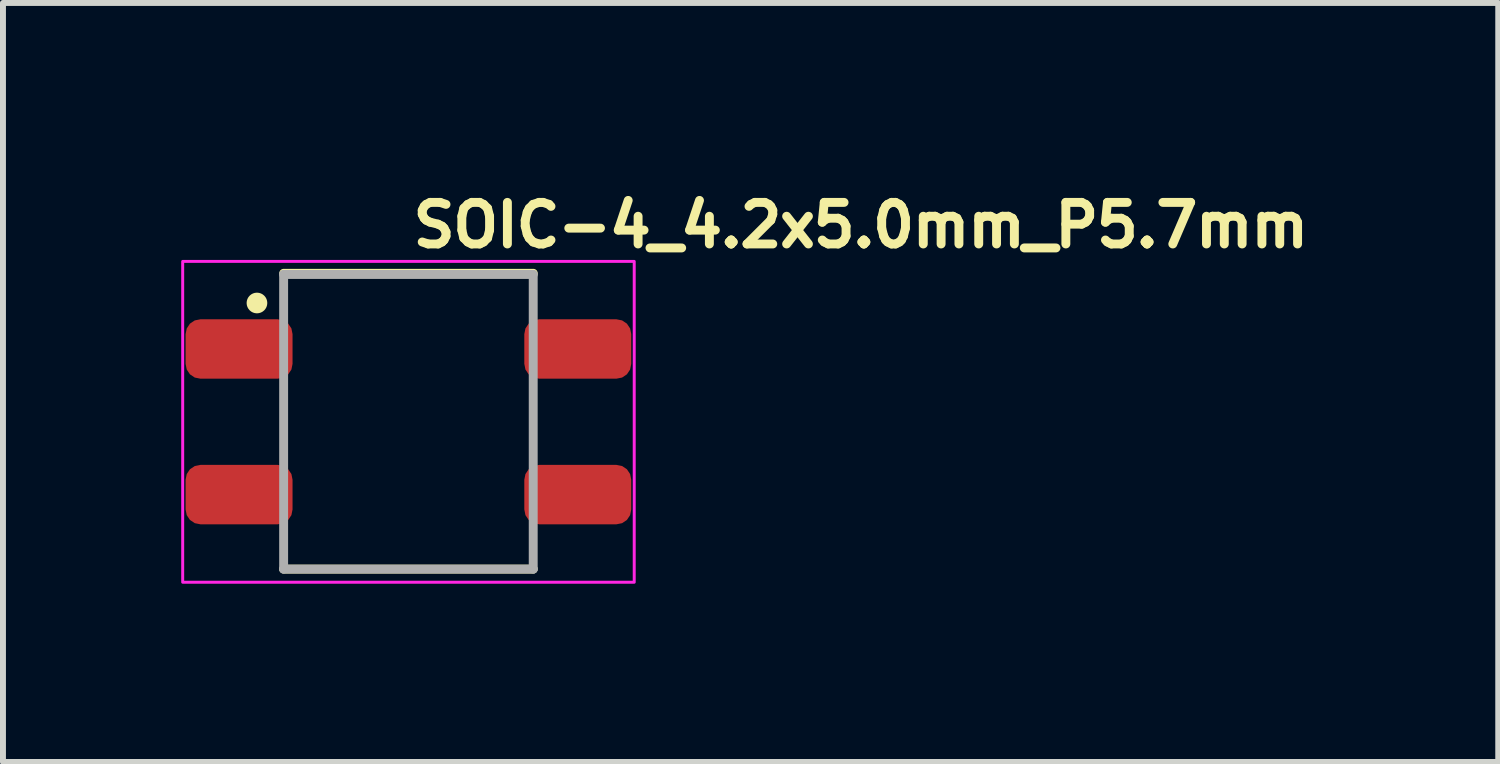
<source format=kicad_pcb>
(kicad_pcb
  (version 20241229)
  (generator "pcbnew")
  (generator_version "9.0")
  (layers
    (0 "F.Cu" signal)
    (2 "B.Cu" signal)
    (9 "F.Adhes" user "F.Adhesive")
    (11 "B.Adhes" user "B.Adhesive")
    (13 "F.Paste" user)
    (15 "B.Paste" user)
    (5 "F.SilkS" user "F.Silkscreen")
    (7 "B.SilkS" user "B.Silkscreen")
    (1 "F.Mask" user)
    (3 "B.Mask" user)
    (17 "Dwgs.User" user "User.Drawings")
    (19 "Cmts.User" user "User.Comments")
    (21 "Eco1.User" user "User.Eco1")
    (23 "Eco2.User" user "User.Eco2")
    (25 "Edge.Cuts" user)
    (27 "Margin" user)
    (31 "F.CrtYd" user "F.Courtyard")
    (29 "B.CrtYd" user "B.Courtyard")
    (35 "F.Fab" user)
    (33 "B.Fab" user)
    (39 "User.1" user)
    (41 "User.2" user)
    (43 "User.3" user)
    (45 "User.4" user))
  (footprint "SOIC-4_4.2x5.0mm_P5.7mm"
    (layer "F.Cu")
    (at 3.825 4.05)
    (property "Reference" "SOIC-4_4.2x5.0mm_P5.7mm" (at 0 -2.9 0) (layer "F.SilkS") (effects (font (size 0.7 0.7) (thickness 0.15)) (justify left bottom)))
    (attr smd)
    (fp_line (start -2.101 2.479) (end 2.1 2.479) (stroke (width 0.15) (type solid)) (layer "F.SilkS"))
    (fp_line (start -2.1 -2.5) (end 2.101 -2.5) (stroke (width 0.15) (type solid)) (layer "F.SilkS"))
    (fp_circle (center -2.55 -2) (end -2.451 -2) (stroke (width 0.15) (type solid)) (fill yes) (layer "F.SilkS"))
    (fp_rect (start -3.8 -2.7) (end 3.8 2.7) (stroke (width 0.05) (type solid)) (fill no) (layer "F.CrtYd"))
    (fp_line (start -2.101 -2.48) (end 2.1 -2.48) (stroke (width 0.15) (type solid)) (layer "F.Fab"))
    (fp_line (start -2.101 2.479) (end -2.101 -2.48) (stroke (width 0.15) (type solid)) (layer "F.Fab"))
    (fp_line (start 2.1 -2.48) (end 2.1 2.479) (stroke (width 0.15) (type solid)) (layer "F.Fab"))
    (fp_line (start 2.1 2.479) (end -2.101 2.479) (stroke (width 0.15) (type solid)) (layer "F.Fab"))
    (fp_rect (start -3.351 -2.363) (end 3.35 2.362) (stroke (width 0.1) (type solid)) (fill no) (layer "User.5"))
    (fp_line (start -3.351 -1.543) (end -3.351 -0.909) (stroke (width 0.02) (type solid)) (layer "User.9"))
    (fp_line (start -3.351 1.542) (end -3.351 0.907) (stroke (width 0.02) (type solid)) (layer "User.9"))
    (fp_line (start -3.04 -1.543) (end -3.351 -1.543) (stroke (width 0.02) (type solid)) (layer "User.9"))
    (fp_line (start -3.04 -0.909) (end -3.351 -0.909) (stroke (width 0.02) (type solid)) (layer "User.9"))
    (fp_line (start -3.04 0.907) (end -3.351 0.907) (stroke (width 0.02) (type solid)) (layer "User.9"))
    (fp_line (start -3.04 1.542) (end -3.351 1.542) (stroke (width 0.02) (type solid)) (layer "User.9"))
    (fp_line (start -2.746 -1.543) (end -3.04 -1.543) (stroke (width 0.02) (type solid)) (layer "User.9"))
    (fp_line (start -2.746 -1.543) (end -2.746 -1.543) (stroke (width 0.02) (type solid)) (layer "User.9"))
    (fp_line (start -2.746 -0.909) (end -3.04 -0.909) (stroke (width 0.02) (type solid)) (layer "User.9"))
    (fp_line (start -2.746 -0.909) (end -2.746 -0.909) (stroke (width 0.02) (type solid)) (layer "User.9"))
    (fp_line (start -2.746 0.907) (end -3.04 0.907) (stroke (width 0.02) (type solid)) (layer "User.9"))
    (fp_line (start -2.746 0.907) (end -2.746 0.907) (stroke (width 0.02) (type solid)) (layer "User.9"))
    (fp_line (start -2.746 1.542) (end -3.04 1.542) (stroke (width 0.02) (type solid)) (layer "User.9"))
    (fp_line (start -2.746 1.542) (end -2.746 1.542) (stroke (width 0.02) (type solid)) (layer "User.9"))
    (fp_line (start -2.628 -1.543) (end -2.746 -1.543) (stroke (width 0.02) (type solid)) (layer "User.9"))
    (fp_line (start -2.628 -1.543) (end -2.628 -0.909) (stroke (width 0.02) (type solid)) (layer "User.9"))
    (fp_line (start -2.628 -0.909) (end -2.746 -0.909) (stroke (width 0.02) (type solid)) (layer "User.9"))
    (fp_line (start -2.628 0.907) (end -2.746 0.907) (stroke (width 0.02) (type solid)) (layer "User.9"))
    (fp_line (start -2.628 1.542) (end -2.746 1.542) (stroke (width 0.02) (type solid)) (layer "User.9"))
    (fp_line (start -2.628 1.542) (end -2.628 0.907) (stroke (width 0.02) (type solid)) (layer "User.9"))
    (fp_line (start -2.612 -1.543) (end -2.628 -1.543) (stroke (width 0.02) (type solid)) (layer "User.9"))
    (fp_line (start -2.612 -1.543) (end -2.612 -1.543) (stroke (width 0.02) (type solid)) (layer "User.9"))
    (fp_line (start -2.612 -0.909) (end -2.628 -0.909) (stroke (width 0.02) (type solid)) (layer "User.9"))
    (fp_line (start -2.612 -0.909) (end -2.612 -0.909) (stroke (width 0.02) (type solid)) (layer "User.9"))
    (fp_line (start -2.612 0.907) (end -2.628 0.907) (stroke (width 0.02) (type solid)) (layer "User.9"))
    (fp_line (start -2.612 0.907) (end -2.612 0.907) (stroke (width 0.02) (type solid)) (layer "User.9"))
    (fp_line (start -2.612 1.542) (end -2.628 1.542) (stroke (width 0.02) (type solid)) (layer "User.9"))
    (fp_line (start -2.612 1.542) (end -2.612 1.542) (stroke (width 0.02) (type solid)) (layer "User.9"))
    (fp_line (start -2.565 -1.543) (end -2.612 -1.543) (stroke (width 0.02) (type solid)) (layer "User.9"))
    (fp_line (start -2.565 -1.543) (end -2.565 -1.543) (stroke (width 0.02) (type solid)) (layer "User.9"))
    (fp_line (start -2.565 -0.909) (end -2.612 -0.909) (stroke (width 0.02) (type solid)) (layer "User.9"))
    (fp_line (start -2.565 -0.909) (end -2.565 -0.909) (stroke (width 0.02) (type solid)) (layer "User.9"))
    (fp_line (start -2.565 0.907) (end -2.612 0.907) (stroke (width 0.02) (type solid)) (layer "User.9"))
    (fp_line (start -2.565 0.907) (end -2.565 0.907) (stroke (width 0.02) (type solid)) (layer "User.9"))
    (fp_line (start -2.565 1.542) (end -2.612 1.542) (stroke (width 0.02) (type solid)) (layer "User.9"))
    (fp_line (start -2.565 1.542) (end -2.565 1.542) (stroke (width 0.02) (type solid)) (layer "User.9"))
    (fp_line (start -2.492 -1.543) (end -2.565 -1.543) (stroke (width 0.02) (type solid)) (layer "User.9"))
    (fp_line (start -2.492 -1.543) (end -2.492 -1.543) (stroke (width 0.02) (type solid)) (layer "User.9"))
    (fp_line (start -2.492 -0.909) (end -2.565 -0.909) (stroke (width 0.02) (type solid)) (layer "User.9"))
    (fp_line (start -2.492 -0.909) (end -2.492 -0.909) (stroke (width 0.02) (type solid)) (layer "User.9"))
    (fp_line (start -2.492 0.907) (end -2.565 0.907) (stroke (width 0.02) (type solid)) (layer "User.9"))
    (fp_line (start -2.492 0.907) (end -2.492 0.907) (stroke (width 0.02) (type solid)) (layer "User.9"))
    (fp_line (start -2.492 1.542) (end -2.565 1.542) (stroke (width 0.02) (type solid)) (layer "User.9"))
    (fp_line (start -2.492 1.542) (end -2.492 1.542) (stroke (width 0.02) (type solid)) (layer "User.9"))
    (fp_line (start -2.445 -1.543) (end -2.492 -1.543) (stroke (width 0.02) (type solid)) (layer "User.9"))
    (fp_line (start -2.445 -1.543) (end -2.445 -1.543) (stroke (width 0.02) (type solid)) (layer "User.9"))
    (fp_line (start -2.445 -0.909) (end -2.492 -0.909) (stroke (width 0.02) (type solid)) (layer "User.9"))
    (fp_line (start -2.445 -0.909) (end -2.445 -0.909) (stroke (width 0.02) (type solid)) (layer "User.9"))
    (fp_line (start -2.445 0.907) (end -2.492 0.907) (stroke (width 0.02) (type solid)) (layer "User.9"))
    (fp_line (start -2.445 0.907) (end -2.445 0.907) (stroke (width 0.02) (type solid)) (layer "User.9"))
    (fp_line (start -2.445 1.542) (end -2.492 1.542) (stroke (width 0.02) (type solid)) (layer "User.9"))
    (fp_line (start -2.445 1.542) (end -2.445 1.542) (stroke (width 0.02) (type solid)) (layer "User.9"))
    (fp_line (start -2.007 -1.543) (end -2.445 -1.543) (stroke (width 0.02) (type solid)) (layer "User.9"))
    (fp_line (start -2.007 -0.909) (end -2.445 -0.909) (stroke (width 0.02) (type solid)) (layer "User.9"))
    (fp_line (start -2.007 0.907) (end -2.445 0.907) (stroke (width 0.02) (type solid)) (layer "User.9"))
    (fp_line (start -2.007 1.542) (end -2.445 1.542) (stroke (width 0.02) (type solid)) (layer "User.9"))
    (fp_line (start -1.95 -2.363) (end -1.95 2.362) (stroke (width 0.02) (type solid)) (layer "User.9"))
    (fp_line (start -1.95 -1.543) (end -2.007 -1.543) (stroke (width 0.02) (type solid)) (layer "User.9"))
    (fp_line (start -1.95 -0.909) (end -2.007 -0.909) (stroke (width 0.02) (type solid)) (layer "User.9"))
    (fp_line (start -1.95 0.907) (end -2.007 0.907) (stroke (width 0.02) (type solid)) (layer "User.9"))
    (fp_line (start -1.95 1.542) (end -2.007 1.542) (stroke (width 0.02) (type solid)) (layer "User.9"))
    (fp_line (start -1.95 2.362) (end 1.449 2.362) (stroke (width 0.02) (type solid)) (layer "User.9"))
    (fp_line (start 1.449 -2.363) (end -1.95 -2.363) (stroke (width 0.02) (type solid)) (layer "User.9"))
    (fp_line (start 1.449 -2.363) (end 1.949 -2.363) (stroke (width 0.02) (type solid)) (layer "User.9"))
    (fp_line (start 1.449 2.362) (end 1.449 -2.363) (stroke (width 0.02) (type solid)) (layer "User.9"))
    (fp_line (start 1.949 -2.363) (end 1.949 2.362) (stroke (width 0.02) (type solid)) (layer "User.9"))
    (fp_line (start 1.949 -1.543) (end 2.004 -1.543) (stroke (width 0.02) (type solid)) (layer "User.9"))
    (fp_line (start 1.949 -0.909) (end 2.004 -0.909) (stroke (width 0.02) (type solid)) (layer "User.9"))
    (fp_line (start 1.949 0.907) (end 2.004 0.907) (stroke (width 0.02) (type solid)) (layer "User.9"))
    (fp_line (start 1.949 1.542) (end 2.004 1.542) (stroke (width 0.02) (type solid)) (layer "User.9"))
    (fp_line (start 1.949 2.362) (end 1.449 2.362) (stroke (width 0.02) (type solid)) (layer "User.9"))
    (fp_line (start 2.004 -1.543) (end 2.443 -1.543) (stroke (width 0.02) (type solid)) (layer "User.9"))
    (fp_line (start 2.004 -0.909) (end 2.443 -0.909) (stroke (width 0.02) (type solid)) (layer "User.9"))
    (fp_line (start 2.004 0.907) (end 2.443 0.907) (stroke (width 0.02) (type solid)) (layer "User.9"))
    (fp_line (start 2.004 1.542) (end 2.443 1.542) (stroke (width 0.02) (type solid)) (layer "User.9"))
    (fp_line (start 2.443 -1.543) (end 2.443 -1.543) (stroke (width 0.02) (type solid)) (layer "User.9"))
    (fp_line (start 2.443 -1.543) (end 2.49 -1.543) (stroke (width 0.02) (type solid)) (layer "User.9"))
    (fp_line (start 2.443 -0.909) (end 2.443 -0.909) (stroke (width 0.02) (type solid)) (layer "User.9"))
    (fp_line (start 2.443 -0.909) (end 2.49 -0.909) (stroke (width 0.02) (type solid)) (layer "User.9"))
    (fp_line (start 2.443 0.907) (end 2.443 0.907) (stroke (width 0.02) (type solid)) (layer "User.9"))
    (fp_line (start 2.443 0.907) (end 2.49 0.907) (stroke (width 0.02) (type solid)) (layer "User.9"))
    (fp_line (start 2.443 1.542) (end 2.443 1.542) (stroke (width 0.02) (type solid)) (layer "User.9"))
    (fp_line (start 2.443 1.542) (end 2.49 1.542) (stroke (width 0.02) (type solid)) (layer "User.9"))
    (fp_line (start 2.49 -1.543) (end 2.49 -1.543) (stroke (width 0.02) (type solid)) (layer "User.9"))
    (fp_line (start 2.49 -1.543) (end 2.564 -1.543) (stroke (width 0.02) (type solid)) (layer "User.9"))
    (fp_line (start 2.49 -0.909) (end 2.49 -0.909) (stroke (width 0.02) (type solid)) (layer "User.9"))
    (fp_line (start 2.49 -0.909) (end 2.564 -0.909) (stroke (width 0.02) (type solid)) (layer "User.9"))
    (fp_line (start 2.49 0.907) (end 2.49 0.907) (stroke (width 0.02) (type solid)) (layer "User.9"))
    (fp_line (start 2.49 0.907) (end 2.564 0.907) (stroke (width 0.02) (type solid)) (layer "User.9"))
    (fp_line (start 2.49 1.542) (end 2.49 1.542) (stroke (width 0.02) (type solid)) (layer "User.9"))
    (fp_line (start 2.49 1.542) (end 2.564 1.542) (stroke (width 0.02) (type solid)) (layer "User.9"))
    (fp_line (start 2.564 -1.543) (end 2.564 -1.543) (stroke (width 0.02) (type solid)) (layer "User.9"))
    (fp_line (start 2.564 -1.543) (end 2.609 -1.543) (stroke (width 0.02) (type solid)) (layer "User.9"))
    (fp_line (start 2.564 -0.909) (end 2.564 -0.909) (stroke (width 0.02) (type solid)) (layer "User.9"))
    (fp_line (start 2.564 -0.909) (end 2.609 -0.909) (stroke (width 0.02) (type solid)) (layer "User.9"))
    (fp_line (start 2.564 0.907) (end 2.564 0.907) (stroke (width 0.02) (type solid)) (layer "User.9"))
    (fp_line (start 2.564 0.907) (end 2.609 0.907) (stroke (width 0.02) (type solid)) (layer "User.9"))
    (fp_line (start 2.564 1.542) (end 2.564 1.542) (stroke (width 0.02) (type solid)) (layer "User.9"))
    (fp_line (start 2.564 1.542) (end 2.609 1.542) (stroke (width 0.02) (type solid)) (layer "User.9"))
    (fp_line (start 2.609 -1.543) (end 2.609 -1.543) (stroke (width 0.02) (type solid)) (layer "User.9"))
    (fp_line (start 2.609 -1.543) (end 2.625 -1.543) (stroke (width 0.02) (type solid)) (layer "User.9"))
    (fp_line (start 2.609 -0.909) (end 2.609 -0.909) (stroke (width 0.02) (type solid)) (layer "User.9"))
    (fp_line (start 2.609 -0.909) (end 2.625 -0.909) (stroke (width 0.02) (type solid)) (layer "User.9"))
    (fp_line (start 2.609 0.907) (end 2.609 0.907) (stroke (width 0.02) (type solid)) (layer "User.9"))
    (fp_line (start 2.609 0.907) (end 2.625 0.907) (stroke (width 0.02) (type solid)) (layer "User.9"))
    (fp_line (start 2.609 1.542) (end 2.609 1.542) (stroke (width 0.02) (type solid)) (layer "User.9"))
    (fp_line (start 2.609 1.542) (end 2.625 1.542) (stroke (width 0.02) (type solid)) (layer "User.9"))
    (fp_line (start 2.625 -1.543) (end 2.625 -0.909) (stroke (width 0.02) (type solid)) (layer "User.9"))
    (fp_line (start 2.625 -1.543) (end 2.745 -1.543) (stroke (width 0.02) (type solid)) (layer "User.9"))
    (fp_line (start 2.625 -0.909) (end 2.745 -0.909) (stroke (width 0.02) (type solid)) (layer "User.9"))
    (fp_line (start 2.625 0.907) (end 2.745 0.907) (stroke (width 0.02) (type solid)) (layer "User.9"))
    (fp_line (start 2.625 1.542) (end 2.625 0.907) (stroke (width 0.02) (type solid)) (layer "User.9"))
    (fp_line (start 2.625 1.542) (end 2.745 1.542) (stroke (width 0.02) (type solid)) (layer "User.9"))
    (fp_line (start 2.745 -1.543) (end 2.745 -1.543) (stroke (width 0.02) (type solid)) (layer "User.9"))
    (fp_line (start 2.745 -1.543) (end 3.038 -1.543) (stroke (width 0.02) (type solid)) (layer "User.9"))
    (fp_line (start 2.745 -0.909) (end 2.745 -0.909) (stroke (width 0.02) (type solid)) (layer "User.9"))
    (fp_line (start 2.745 -0.909) (end 3.038 -0.909) (stroke (width 0.02) (type solid)) (layer "User.9"))
    (fp_line (start 2.745 0.907) (end 2.745 0.907) (stroke (width 0.02) (type solid)) (layer "User.9"))
    (fp_line (start 2.745 0.907) (end 3.038 0.907) (stroke (width 0.02) (type solid)) (layer "User.9"))
    (fp_line (start 2.745 1.542) (end 2.745 1.542) (stroke (width 0.02) (type solid)) (layer "User.9"))
    (fp_line (start 2.745 1.542) (end 3.038 1.542) (stroke (width 0.02) (type solid)) (layer "User.9"))
    (fp_line (start 3.038 -1.543) (end 3.35 -1.543) (stroke (width 0.02) (type solid)) (layer "User.9"))
    (fp_line (start 3.038 -0.909) (end 3.35 -0.909) (stroke (width 0.02) (type solid)) (layer "User.9"))
    (fp_line (start 3.038 0.907) (end 3.35 0.907) (stroke (width 0.02) (type solid)) (layer "User.9"))
    (fp_line (start 3.038 1.542) (end 3.35 1.542) (stroke (width 0.02) (type solid)) (layer "User.9"))
    (fp_line (start 3.35 -1.543) (end 3.35 -0.909) (stroke (width 0.02) (type solid)) (layer "User.9"))
    (fp_line (start 3.35 1.542) (end 3.35 0.907) (stroke (width 0.02) (type solid)) (layer "User.9"))
    (pad "1" smd roundrect (at -2.851 -1.226) (size 1.8 1) (layers "F.Cu" "F.Mask" "F.Paste") (roundrect_rratio 0.25))
    (pad "2" smd roundrect (at -2.851 1.225) (size 1.8 1) (layers "F.Cu" "F.Mask" "F.Paste") (roundrect_rratio 0.25))
    (pad "3" smd roundrect (at 2.85 1.225) (size 1.8 1) (layers "F.Cu" "F.Mask" "F.Paste") (roundrect_rratio 0.25))
    (pad "4" smd roundrect (at 2.85 -1.226) (size 1.8 1) (layers "F.Cu" "F.Mask" "F.Paste") (roundrect_rratio 0.25)))
  (gr_rect
    (start -3 -3)
    (end 22.168 9.775)
    (stroke (width 0.1) (type default))
    (fill no)
    (layer "Edge.Cuts")))
</source>
